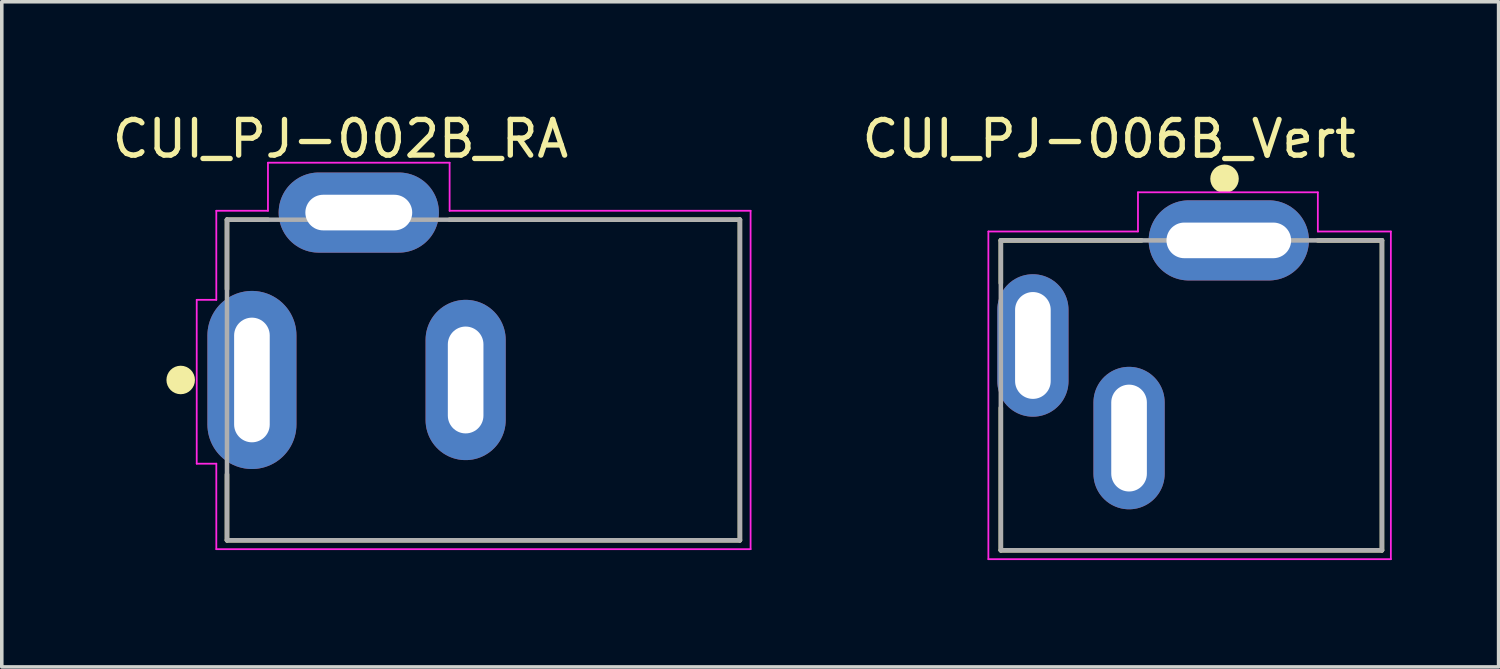
<source format=kicad_pcb>
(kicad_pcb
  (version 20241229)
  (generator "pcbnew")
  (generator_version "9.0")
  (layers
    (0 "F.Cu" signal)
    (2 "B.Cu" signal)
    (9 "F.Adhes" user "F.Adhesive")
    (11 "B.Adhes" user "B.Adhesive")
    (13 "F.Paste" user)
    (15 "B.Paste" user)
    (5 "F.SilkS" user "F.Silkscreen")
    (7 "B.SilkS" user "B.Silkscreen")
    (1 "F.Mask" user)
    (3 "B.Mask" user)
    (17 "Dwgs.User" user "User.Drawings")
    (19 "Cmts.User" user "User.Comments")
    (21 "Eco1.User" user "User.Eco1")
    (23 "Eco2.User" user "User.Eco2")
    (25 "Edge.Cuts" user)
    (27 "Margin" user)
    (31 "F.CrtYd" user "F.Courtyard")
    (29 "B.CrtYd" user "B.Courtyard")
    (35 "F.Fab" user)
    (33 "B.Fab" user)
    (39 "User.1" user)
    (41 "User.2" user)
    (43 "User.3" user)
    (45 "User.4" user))
  (footprint "CUI_PJ-002B_RA"
    (layer "F.Cu")
    (at 4.023 7.618)
    (property "Reference" "CUI_PJ-002B_RA" (at 2.487 -6.769 0) (layer "F.SilkS") (effects (font (size 1.001 1.001) (thickness 0.15))))
    (attr through_hole)
    (fp_line (start -0.7 -4.5) (end 0.45 -4.5) (stroke (width 0.127) (type solid)) (layer "F.SilkS"))
    (fp_line (start -0.7 -2.55) (end -0.7 -4.5) (stroke (width 0.127) (type solid)) (layer "F.SilkS"))
    (fp_line (start -0.7 4.5) (end -0.7 2.65) (stroke (width 0.127) (type solid)) (layer "F.SilkS"))
    (fp_line (start 5.55 -4.5) (end 13.7 -4.5) (stroke (width 0.127) (type solid)) (layer "F.SilkS"))
    (fp_line (start 13.7 -4.5) (end 13.7 4.5) (stroke (width 0.127) (type solid)) (layer "F.SilkS"))
    (fp_line (start 13.7 4.5) (end -0.7 4.5) (stroke (width 0.127) (type solid)) (layer "F.SilkS"))
    (fp_circle (center -2 0) (end -1.8 0) (stroke (width 0.4) (type solid)) (fill no) (layer "F.SilkS"))
    (fp_line (start -1.55 -2.25) (end -1.55 2.35) (stroke (width 0.05) (type solid)) (layer "F.CrtYd"))
    (fp_line (start -1.55 2.35) (end -1 2.35) (stroke (width 0.05) (type solid)) (layer "F.CrtYd"))
    (fp_line (start -1 -4.75) (end 0.45 -4.75) (stroke (width 0.05) (type solid)) (layer "F.CrtYd"))
    (fp_line (start -1 -2.25) (end -1.55 -2.25) (stroke (width 0.05) (type solid)) (layer "F.CrtYd"))
    (fp_line (start -1 -2.25) (end -1 -4.75) (stroke (width 0.05) (type solid)) (layer "F.CrtYd"))
    (fp_line (start -1 4.75) (end -1 2.35) (stroke (width 0.05) (type solid)) (layer "F.CrtYd"))
    (fp_line (start 0.45 -6.1) (end 5.55 -6.1) (stroke (width 0.05) (type solid)) (layer "F.CrtYd"))
    (fp_line (start 0.45 -4.75) (end 0.45 -6.1) (stroke (width 0.05) (type solid)) (layer "F.CrtYd"))
    (fp_line (start 5.55 -6.1) (end 5.55 -4.75) (stroke (width 0.05) (type solid)) (layer "F.CrtYd"))
    (fp_line (start 5.55 -4.75) (end 14 -4.75) (stroke (width 0.05) (type solid)) (layer "F.CrtYd"))
    (fp_line (start 14 -4.75) (end 14 4.75) (stroke (width 0.05) (type solid)) (layer "F.CrtYd"))
    (fp_line (start 14 4.75) (end -1 4.75) (stroke (width 0.05) (type solid)) (layer "F.CrtYd"))
    (fp_line (start -0.7 -4.5) (end 13.7 -4.5) (stroke (width 0.127) (type solid)) (layer "F.Fab"))
    (fp_line (start -0.7 4.5) (end -0.7 -4.5) (stroke (width 0.127) (type solid)) (layer "F.Fab"))
    (fp_line (start 13.7 -4.5) (end 13.7 4.5) (stroke (width 0.127) (type solid)) (layer "F.Fab"))
    (fp_line (start 13.7 4.5) (end -0.7 4.5) (stroke (width 0.127) (type solid)) (layer "F.Fab"))
    (pad "1" thru_hole oval (at 0 0) (size 2.5 5) (drill oval 1 3.5) (layers "*.Cu" "*.Mask"))
    (pad "2" thru_hole oval (at 6 0) (size 2.25 4.5) (drill oval 1 3) (layers "*.Cu" "*.Mask"))
    (pad "3" thru_hole oval (at 3 -4.7) (size 4.5 2.25) (drill oval 3 1) (layers "*.Cu" "*.Mask")))
  (footprint "CUI_PJ-006B_Vert"
    (layer "F.Cu")
    (at 31.449 3.699)
    (property "Reference" "CUI_PJ-006B_Vert" (at -3.36 -2.849 0) (layer "F.SilkS") (effects (font (size 1.002 1.002) (thickness 0.15))))
    (attr through_hole)
    (fp_line (start -6.4 0) (end -6.4 1.2) (stroke (width 0.127) (type solid)) (layer "F.SilkS"))
    (fp_line (start -6.4 4.7) (end -6.4 8.7) (stroke (width 0.127) (type solid)) (layer "F.SilkS"))
    (fp_line (start -6.4 8.7) (end 4.3 8.7) (stroke (width 0.127) (type solid)) (layer "F.SilkS"))
    (fp_line (start -2.45 0) (end -6.4 0) (stroke (width 0.127) (type solid)) (layer "F.SilkS"))
    (fp_line (start 4.3 0) (end 2.5 0) (stroke (width 0.127) (type solid)) (layer "F.SilkS"))
    (fp_line (start 4.3 8.7) (end 4.3 0) (stroke (width 0.127) (type solid)) (layer "F.SilkS"))
    (fp_circle (center -0.12 -1.73) (end 0.08 -1.73) (stroke (width 0.4) (type solid)) (fill no) (layer "F.SilkS"))
    (fp_line (start -6.75 -0.25) (end -2.55 -0.25) (stroke (width 0.05) (type solid)) (layer "F.CrtYd"))
    (fp_line (start -6.75 8.95) (end -6.75 -0.25) (stroke (width 0.05) (type solid)) (layer "F.CrtYd"))
    (fp_line (start -2.55 -1.35) (end 2.5 -1.35) (stroke (width 0.05) (type solid)) (layer "F.CrtYd"))
    (fp_line (start -2.55 -0.25) (end -2.55 -1.35) (stroke (width 0.05) (type solid)) (layer "F.CrtYd"))
    (fp_line (start 2.5 -1.35) (end 2.5 -0.25) (stroke (width 0.05) (type solid)) (layer "F.CrtYd"))
    (fp_line (start 2.5 -0.25) (end 4.55 -0.25) (stroke (width 0.05) (type solid)) (layer "F.CrtYd"))
    (fp_line (start 4.55 -0.25) (end 4.55 8.95) (stroke (width 0.05) (type solid)) (layer "F.CrtYd"))
    (fp_line (start 4.55 8.95) (end -6.75 8.95) (stroke (width 0.05) (type solid)) (layer "F.CrtYd"))
    (fp_line (start -6.4 0) (end 4.3 0) (stroke (width 0.127) (type solid)) (layer "F.Fab"))
    (fp_line (start -6.4 8.7) (end -6.4 0) (stroke (width 0.127) (type solid)) (layer "F.Fab"))
    (fp_line (start 4.3 0) (end 4.3 8.7) (stroke (width 0.127) (type solid)) (layer "F.Fab"))
    (fp_line (start 4.3 8.7) (end -6.4 8.7) (stroke (width 0.127) (type solid)) (layer "F.Fab"))
    (pad "1" thru_hole oval (at 0 0) (size 4.5 2.25) (drill oval 3.5 1) (layers "*.Cu" "*.Mask"))
    (pad "2" thru_hole oval (at -5.5 2.95) (size 2 4) (drill oval 1 3) (layers "*.Cu" "*.Mask"))
    (pad "3" thru_hole oval (at -2.8 5.55) (size 2 4) (drill oval 1 3) (layers "*.Cu" "*.Mask")))
  (gr_rect
    (start -3 -3)
    (end 39.024 15.674)
    (stroke (width 0.1) (type default))
    (fill no)
    (layer "Edge.Cuts")))
</source>
